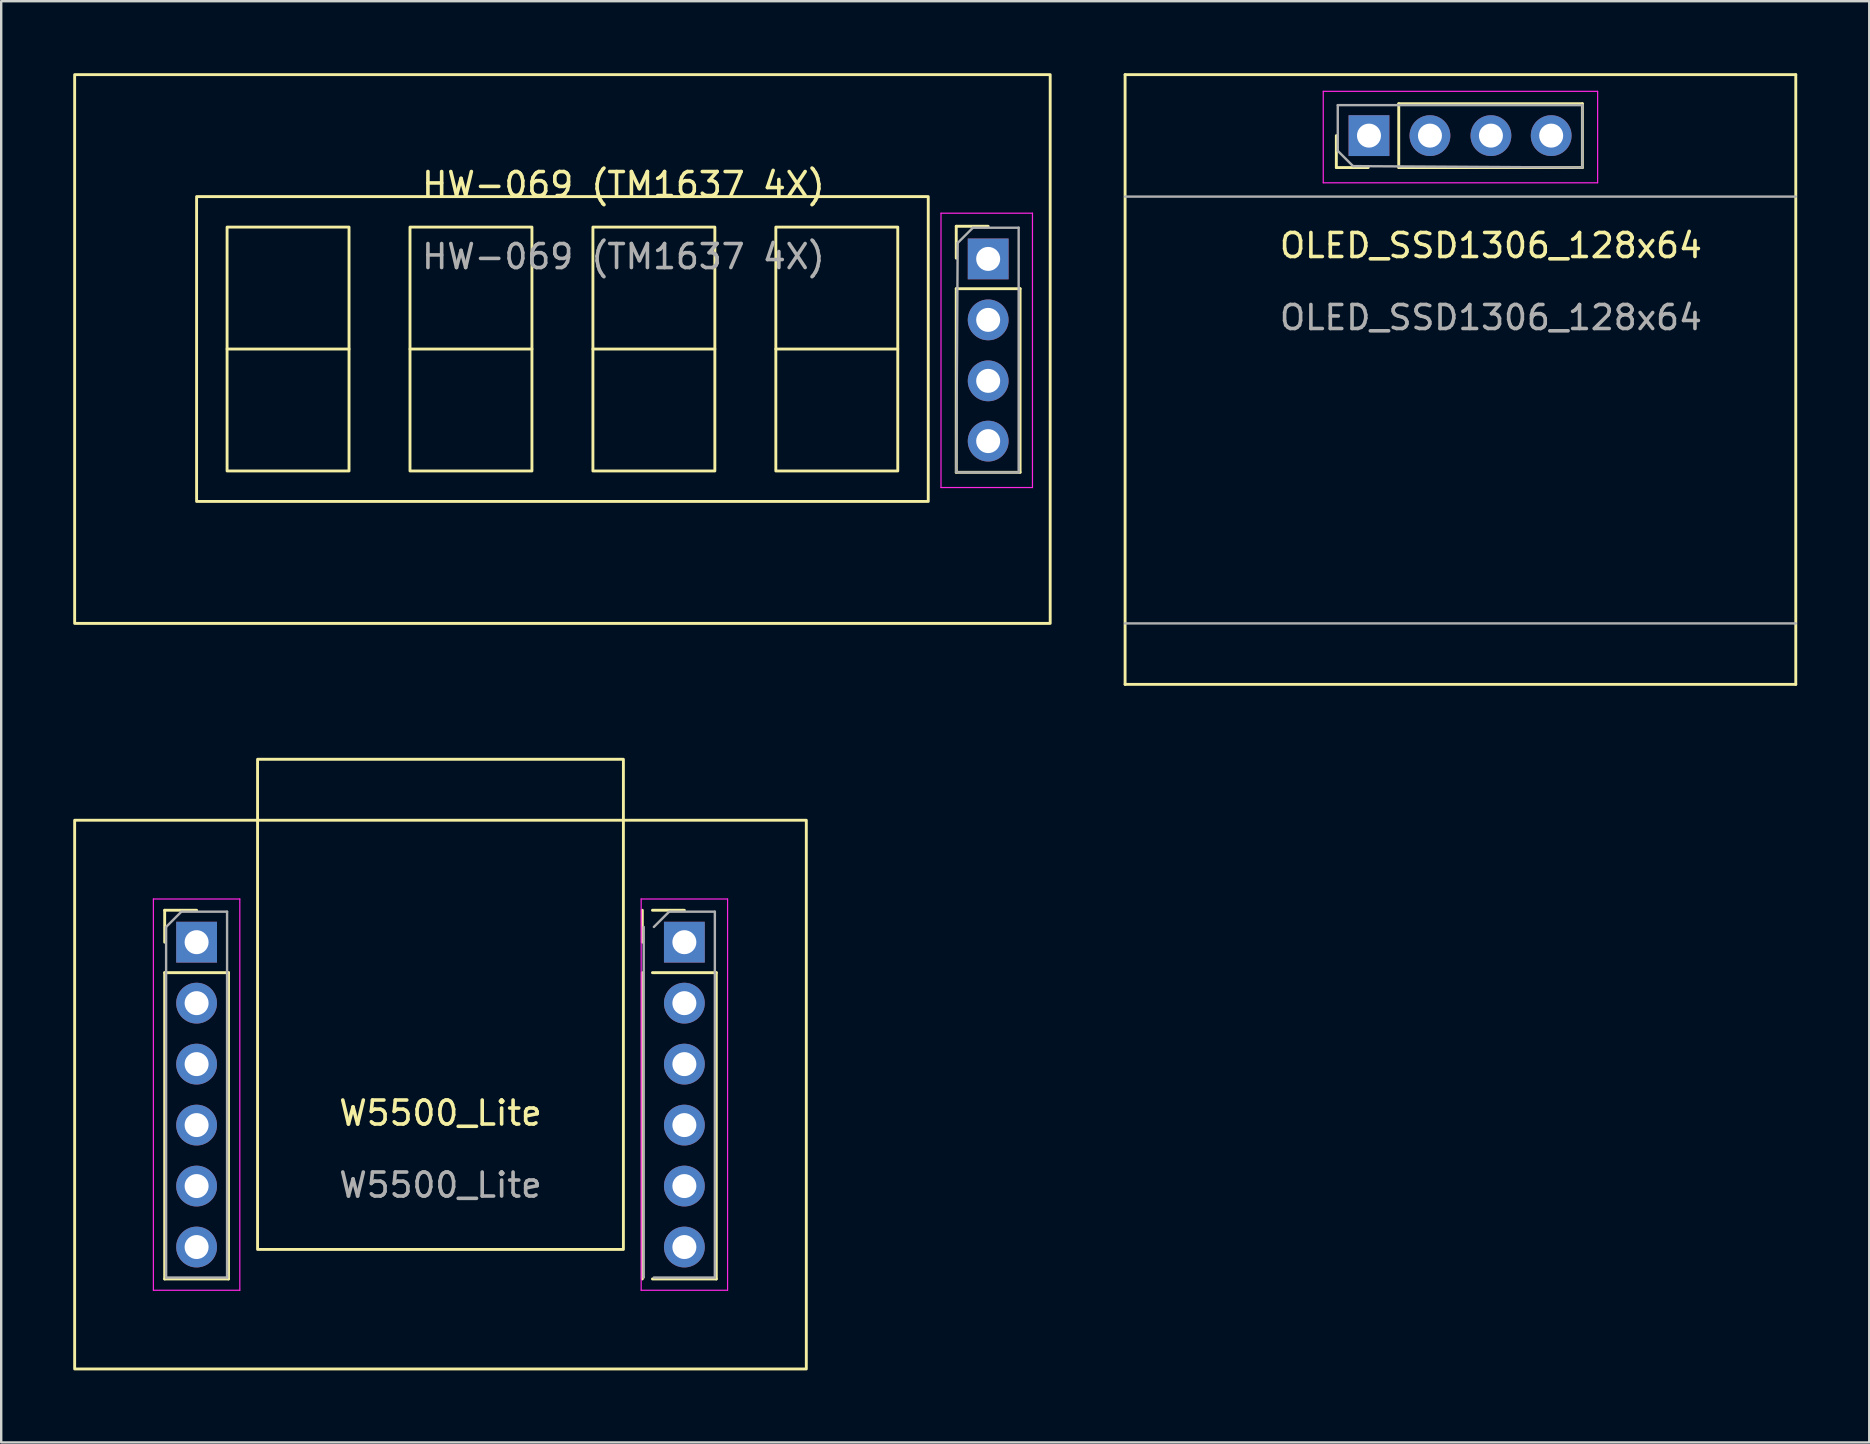
<source format=kicad_pcb>
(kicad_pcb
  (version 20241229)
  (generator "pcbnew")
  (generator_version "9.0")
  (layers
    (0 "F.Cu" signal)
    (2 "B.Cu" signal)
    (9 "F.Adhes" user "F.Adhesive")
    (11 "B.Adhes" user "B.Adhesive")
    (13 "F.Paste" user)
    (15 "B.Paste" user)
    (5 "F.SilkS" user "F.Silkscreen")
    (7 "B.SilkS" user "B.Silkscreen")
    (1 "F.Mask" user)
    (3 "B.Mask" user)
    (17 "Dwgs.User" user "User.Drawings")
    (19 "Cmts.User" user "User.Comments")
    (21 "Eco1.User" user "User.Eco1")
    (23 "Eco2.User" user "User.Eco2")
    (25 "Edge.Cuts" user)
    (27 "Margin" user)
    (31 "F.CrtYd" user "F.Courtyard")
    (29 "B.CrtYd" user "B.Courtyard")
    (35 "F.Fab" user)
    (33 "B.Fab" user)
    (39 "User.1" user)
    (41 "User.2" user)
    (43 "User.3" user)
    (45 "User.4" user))
  (footprint "W5500_Lite"
    (layer "F.Cu")
    (at 15.3 43.82)
    (property "Reference" "W5500_Lite" (at 0 -0.5 0) (unlocked yes) (layer "F.SilkS") (effects (font (size 1 1) (thickness 0.15))))
    (attr through_hole)
    (fp_line (start -11.49 -8.95) (end -10.16 -8.95) (stroke (width 0.12) (type solid)) (layer "F.SilkS"))
    (fp_line (start -11.49 -7.62) (end -11.49 -8.95) (stroke (width 0.12) (type solid)) (layer "F.SilkS"))
    (fp_line (start -11.49 -6.35) (end -11.49 6.41) (stroke (width 0.12) (type solid)) (layer "F.SilkS"))
    (fp_line (start -11.49 -6.35) (end -8.83 -6.35) (stroke (width 0.12) (type solid)) (layer "F.SilkS"))
    (fp_line (start -11.49 6.41) (end -8.83 6.41) (stroke (width 0.12) (type solid)) (layer "F.SilkS"))
    (fp_line (start -8.83 -6.35) (end -8.83 6.41) (stroke (width 0.12) (type solid)) (layer "F.SilkS"))
    (fp_line (start 8.408 -7.62) (end 8.408 -8.95) (stroke (width 0.12) (type solid)) (layer "F.SilkS"))
    (fp_line (start 8.408 -6.35) (end 8.408 6.41) (stroke (width 0.12) (type solid)) (layer "F.SilkS"))
    (fp_line (start 8.83 -8.95) (end 10.16 -8.95) (stroke (width 0.12) (type solid)) (layer "F.SilkS"))
    (fp_line (start 8.83 -6.35) (end 11.49 -6.35) (stroke (width 0.12) (type solid)) (layer "F.SilkS"))
    (fp_line (start 8.83 6.41) (end 11.49 6.41) (stroke (width 0.12) (type solid)) (layer "F.SilkS"))
    (fp_line (start 11.49 -6.35) (end 11.49 6.41) (stroke (width 0.12) (type solid)) (layer "F.SilkS"))
    (fp_rect (start -15.24 -12.7) (end 15.24 10.16) (stroke (width 0.12) (type solid)) (fill no) (layer "F.SilkS"))
    (fp_rect (start 7.62 -15.24) (end -7.62 5.18) (stroke (width 0.12) (type solid)) (fill no) (layer "F.SilkS"))
    (fp_line (start -11.96 -9.42) (end -11.96 6.88) (stroke (width 0.05) (type solid)) (layer "F.CrtYd"))
    (fp_line (start -11.96 6.88) (end -8.36 6.88) (stroke (width 0.05) (type solid)) (layer "F.CrtYd"))
    (fp_line (start -8.36 -9.42) (end -11.96 -9.42) (stroke (width 0.05) (type solid)) (layer "F.CrtYd"))
    (fp_line (start -8.36 6.88) (end -8.36 -9.42) (stroke (width 0.05) (type solid)) (layer "F.CrtYd"))
    (fp_line (start 8.36 -9.42) (end 8.36 6.88) (stroke (width 0.05) (type solid)) (layer "F.CrtYd"))
    (fp_line (start 8.36 6.88) (end 11.96 6.88) (stroke (width 0.05) (type solid)) (layer "F.CrtYd"))
    (fp_line (start 11.96 -9.42) (end 8.36 -9.42) (stroke (width 0.05) (type solid)) (layer "F.CrtYd"))
    (fp_line (start 11.96 6.88) (end 11.96 -9.42) (stroke (width 0.05) (type solid)) (layer "F.CrtYd"))
    (fp_line (start -11.43 -8.255) (end -10.795 -8.89) (stroke (width 0.1) (type solid)) (layer "F.Fab"))
    (fp_line (start -11.43 6.35) (end -11.43 -8.255) (stroke (width 0.1) (type solid)) (layer "F.Fab"))
    (fp_line (start -10.795 -8.89) (end -8.89 -8.89) (stroke (width 0.1) (type solid)) (layer "F.Fab"))
    (fp_line (start -8.89 -8.89) (end -8.89 6.35) (stroke (width 0.1) (type solid)) (layer "F.Fab"))
    (fp_line (start -8.89 6.35) (end -11.43 6.35) (stroke (width 0.1) (type solid)) (layer "F.Fab"))
    (fp_line (start 8.467 6.35) (end 8.467 -8.255) (stroke (width 0.1) (type solid)) (layer "F.Fab"))
    (fp_line (start 8.89 -8.255) (end 9.525 -8.89) (stroke (width 0.1) (type solid)) (layer "F.Fab"))
    (fp_line (start 9.525 -8.89) (end 11.43 -8.89) (stroke (width 0.1) (type solid)) (layer "F.Fab"))
    (fp_line (start 11.43 -8.89) (end 11.43 6.35) (stroke (width 0.1) (type solid)) (layer "F.Fab"))
    (fp_line (start 11.43 6.35) (end 8.89 6.35) (stroke (width 0.1) (type solid)) (layer "F.Fab"))
    (fp_text user "${REFERENCE}" (at 0 2.5 0) (unlocked yes) (layer "F.Fab") (effects (font (size 1 1) (thickness 0.15))))
    (pad "1" thru_hole rect (at -10.16 -7.62) (size 1.7 1.7) (drill 1) (layers "*.Cu" "*.Mask"))
    (pad "2" thru_hole oval (at -10.16 -5.08) (size 1.7 1.7) (drill 1) (layers "*.Cu" "*.Mask"))
    (pad "3" thru_hole oval (at -10.16 -2.54) (size 1.7 1.7) (drill 1) (layers "*.Cu" "*.Mask"))
    (pad "4" thru_hole oval (at -10.16 0) (size 1.7 1.7) (drill 1) (layers "*.Cu" "*.Mask"))
    (pad "5" thru_hole oval (at -10.16 2.54) (size 1.7 1.7) (drill 1) (layers "*.Cu" "*.Mask"))
    (pad "6" thru_hole oval (at -10.16 5.08) (size 1.7 1.7) (drill 1) (layers "*.Cu" "*.Mask"))
    (pad "7" thru_hole oval (at 10.16 5.08) (size 1.7 1.7) (drill 1) (layers "*.Cu" "*.Mask"))
    (pad "8" thru_hole oval (at 10.16 2.54) (size 1.7 1.7) (drill 1) (layers "*.Cu" "*.Mask"))
    (pad "9" thru_hole oval (at 10.16 0) (size 1.7 1.7) (drill 1) (layers "*.Cu" "*.Mask"))
    (pad "10" thru_hole oval (at 10.16 -2.54) (size 1.7 1.7) (drill 1) (layers "*.Cu" "*.Mask"))
    (pad "11" thru_hole oval (at 10.16 -5.08) (size 1.7 1.7) (drill 1) (layers "*.Cu" "*.Mask"))
    (pad "12" thru_hole rect (at 10.16 -7.62) (size 1.7 1.7) (drill 1) (layers "*.Cu" "*.Mask")))
  (footprint "HW-069 (TM1637 4X)"
    (layer "F.Cu")
    (at 22.92 5.14)
    (property "Reference" "HW-069 (TM1637 4X)" (at 0 -0.5 0) (unlocked yes) (layer "F.SilkS") (effects (font (size 1 1) (thickness 0.15))))
    (attr through_hole)
    (fp_line (start -16.51 6.35) (end -11.43 6.35) (stroke (width 0.12) (type default)) (layer "F.SilkS"))
    (fp_line (start -8.89 6.35) (end -3.81 6.35) (stroke (width 0.12) (type default)) (layer "F.SilkS"))
    (fp_line (start -1.27 6.35) (end 3.81 6.35) (stroke (width 0.12) (type default)) (layer "F.SilkS"))
    (fp_line (start 6.35 6.35) (end 11.43 6.35) (stroke (width 0.12) (type default)) (layer "F.SilkS"))
    (fp_line (start 13.866 1.236) (end 15.196 1.236) (stroke (width 0.12) (type solid)) (layer "F.SilkS"))
    (fp_line (start 13.866 2.566) (end 13.866 1.236) (stroke (width 0.12) (type solid)) (layer "F.SilkS"))
    (fp_line (start 13.866 3.836) (end 13.866 11.486) (stroke (width 0.12) (type solid)) (layer "F.SilkS"))
    (fp_line (start 13.866 3.836) (end 16.526 3.836) (stroke (width 0.12) (type solid)) (layer "F.SilkS"))
    (fp_line (start 13.866 11.486) (end 16.526 11.486) (stroke (width 0.12) (type solid)) (layer "F.SilkS"))
    (fp_line (start 16.526 3.836) (end 16.526 11.486) (stroke (width 0.12) (type solid)) (layer "F.SilkS"))
    (fp_rect (start -22.86 -5.08) (end 17.78 17.78) (stroke (width 0.12) (type default)) (fill no) (layer "F.SilkS"))
    (fp_rect (start -17.78 0) (end 12.7 12.7) (stroke (width 0.12) (type default)) (fill no) (layer "F.SilkS"))
    (fp_rect (start -16.51 1.27) (end -11.43 11.43) (stroke (width 0.12) (type default)) (fill no) (layer "F.SilkS"))
    (fp_rect (start -8.89 1.27) (end -3.81 11.43) (stroke (width 0.12) (type default)) (fill no) (layer "F.SilkS"))
    (fp_rect (start -1.27 1.27) (end 3.81 11.43) (stroke (width 0.12) (type default)) (fill no) (layer "F.SilkS"))
    (fp_rect (start 6.35 1.27) (end 11.43 11.43) (stroke (width 0.12) (type default)) (fill no) (layer "F.SilkS"))
    (fp_line (start 13.231 0.691) (end 13.231 12.121) (stroke (width 0.05) (type solid)) (layer "F.CrtYd"))
    (fp_line (start 13.231 12.121) (end 17.041 12.121) (stroke (width 0.05) (type solid)) (layer "F.CrtYd"))
    (fp_line (start 17.041 0.691) (end 13.231 0.691) (stroke (width 0.05) (type solid)) (layer "F.CrtYd"))
    (fp_line (start 17.041 12.121) (end 17.041 0.691) (stroke (width 0.05) (type solid)) (layer "F.CrtYd"))
    (fp_line (start 13.866 11.486) (end 13.926 1.931) (stroke (width 0.1) (type solid)) (layer "F.Fab"))
    (fp_line (start 13.926 1.931) (end 14.561 1.296) (stroke (width 0.1) (type solid)) (layer "F.Fab"))
    (fp_line (start 14.561 1.296) (end 16.466 1.296) (stroke (width 0.1) (type solid)) (layer "F.Fab"))
    (fp_line (start 16.466 1.296) (end 16.466 11.486) (stroke (width 0.1) (type solid)) (layer "F.Fab"))
    (fp_line (start 16.466 11.486) (end 13.926 11.486) (stroke (width 0.1) (type solid)) (layer "F.Fab"))
    (fp_text user "${REFERENCE}" (at 0 2.5 0) (unlocked yes) (layer "F.Fab") (effects (font (size 1 1) (thickness 0.15))))
    (pad "1" thru_hole rect (at 15.196 2.596) (size 1.7 1.7) (drill 1) (layers "*.Cu" "*.Mask"))
    (pad "2" thru_hole oval (at 15.196 5.136) (size 1.7 1.7) (drill 1) (layers "*.Cu" "*.Mask"))
    (pad "3" thru_hole oval (at 15.196 7.676) (size 1.7 1.7) (drill 1) (layers "*.Cu" "*.Mask"))
    (pad "4" thru_hole oval (at 15.196 10.186) (size 1.7 1.7) (drill 1) (layers "*.Cu" "*.Mask")))
  (footprint "OLED_SSD1306_128x64"
    (layer "F.Cu")
    (at 59.06 10.22)
    (property "Reference" "OLED_SSD1306_128x64" (at 0 -3.04 0) (unlocked yes) (layer "F.SilkS") (effects (font (size 1 1) (thickness 0.15))))
    (attr through_hole)
    (fp_line (start -15.24 -10.16) (end 12.7 -10.16) (stroke (width 0.12) (type solid)) (layer "F.SilkS"))
    (fp_line (start -15.24 15.24) (end -15.24 -10.16) (stroke (width 0.12) (type solid)) (layer "F.SilkS"))
    (fp_line (start -15.24 15.24) (end 12.7 15.24) (stroke (width 0.12) (type solid)) (layer "F.SilkS"))
    (fp_line (start -6.44 -6.29) (end -6.44 -7.62) (stroke (width 0.12) (type solid)) (layer "F.SilkS"))
    (fp_line (start -5.11 -6.29) (end -6.44 -6.29) (stroke (width 0.12) (type solid)) (layer "F.SilkS"))
    (fp_line (start -3.84 -8.95) (end 3.81 -8.95) (stroke (width 0.12) (type solid)) (layer "F.SilkS"))
    (fp_line (start -3.84 -6.29) (end -3.84 -8.95) (stroke (width 0.12) (type solid)) (layer "F.SilkS"))
    (fp_line (start -3.84 -6.29) (end 3.81 -6.29) (stroke (width 0.12) (type solid)) (layer "F.SilkS"))
    (fp_line (start 3.81 -6.29) (end 3.81 -8.95) (stroke (width 0.12) (type solid)) (layer "F.SilkS"))
    (fp_line (start 12.7 15.24) (end 12.7 -10.16) (stroke (width 0.12) (type solid)) (layer "F.SilkS"))
    (fp_line (start -6.985 -9.465) (end -6.985 -5.655) (stroke (width 0.05) (type solid)) (layer "F.CrtYd"))
    (fp_line (start -6.985 -5.655) (end 4.445 -5.655) (stroke (width 0.05) (type solid)) (layer "F.CrtYd"))
    (fp_line (start 4.445 -9.465) (end -6.985 -9.465) (stroke (width 0.05) (type solid)) (layer "F.CrtYd"))
    (fp_line (start 4.445 -5.655) (end 4.445 -9.465) (stroke (width 0.05) (type solid)) (layer "F.CrtYd"))
    (fp_line (start -6.38 -8.89) (end 3.81 -8.89) (stroke (width 0.1) (type solid)) (layer "F.Fab"))
    (fp_line (start -6.38 -6.985) (end -6.38 -8.89) (stroke (width 0.1) (type solid)) (layer "F.Fab"))
    (fp_line (start -5.745 -6.35) (end -6.38 -6.985) (stroke (width 0.1) (type solid)) (layer "F.Fab"))
    (fp_line (start 3.81 -8.89) (end 3.81 -6.35) (stroke (width 0.1) (type solid)) (layer "F.Fab"))
    (fp_line (start 3.81 -6.29) (end -5.745 -6.35) (stroke (width 0.1) (type solid)) (layer "F.Fab"))
    (fp_line (start 12.7 -5.08) (end -15.24 -5.08) (stroke (width 0.1) (type solid)) (layer "F.Fab"))
    (fp_line (start 12.7 12.7) (end -15.24 12.7) (stroke (width 0.1) (type solid)) (layer "F.Fab"))
    (fp_text user "${REFERENCE}" (at 0 -0.04 0) (unlocked yes) (layer "F.Fab") (effects (font (size 1 1) (thickness 0.15))))
    (pad "1" thru_hole rect (at -5.08 -7.62 90) (size 1.7 1.7) (drill 1) (layers "*.Cu" "*.Mask"))
    (pad "2" thru_hole oval (at -2.54 -7.62 90) (size 1.7 1.7) (drill 1) (layers "*.Cu" "*.Mask"))
    (pad "3" thru_hole oval (at 0 -7.62 90) (size 1.7 1.7) (drill 1) (layers "*.Cu" "*.Mask"))
    (pad "4" thru_hole oval (at 2.51 -7.62 90) (size 1.7 1.7) (drill 1) (layers "*.Cu" "*.Mask")))
  (gr_rect
    (start -3 -3)
    (end 74.82 57.04)
    (stroke (width 0.1) (type default))
    (fill no)
    (layer "Edge.Cuts")))
</source>
